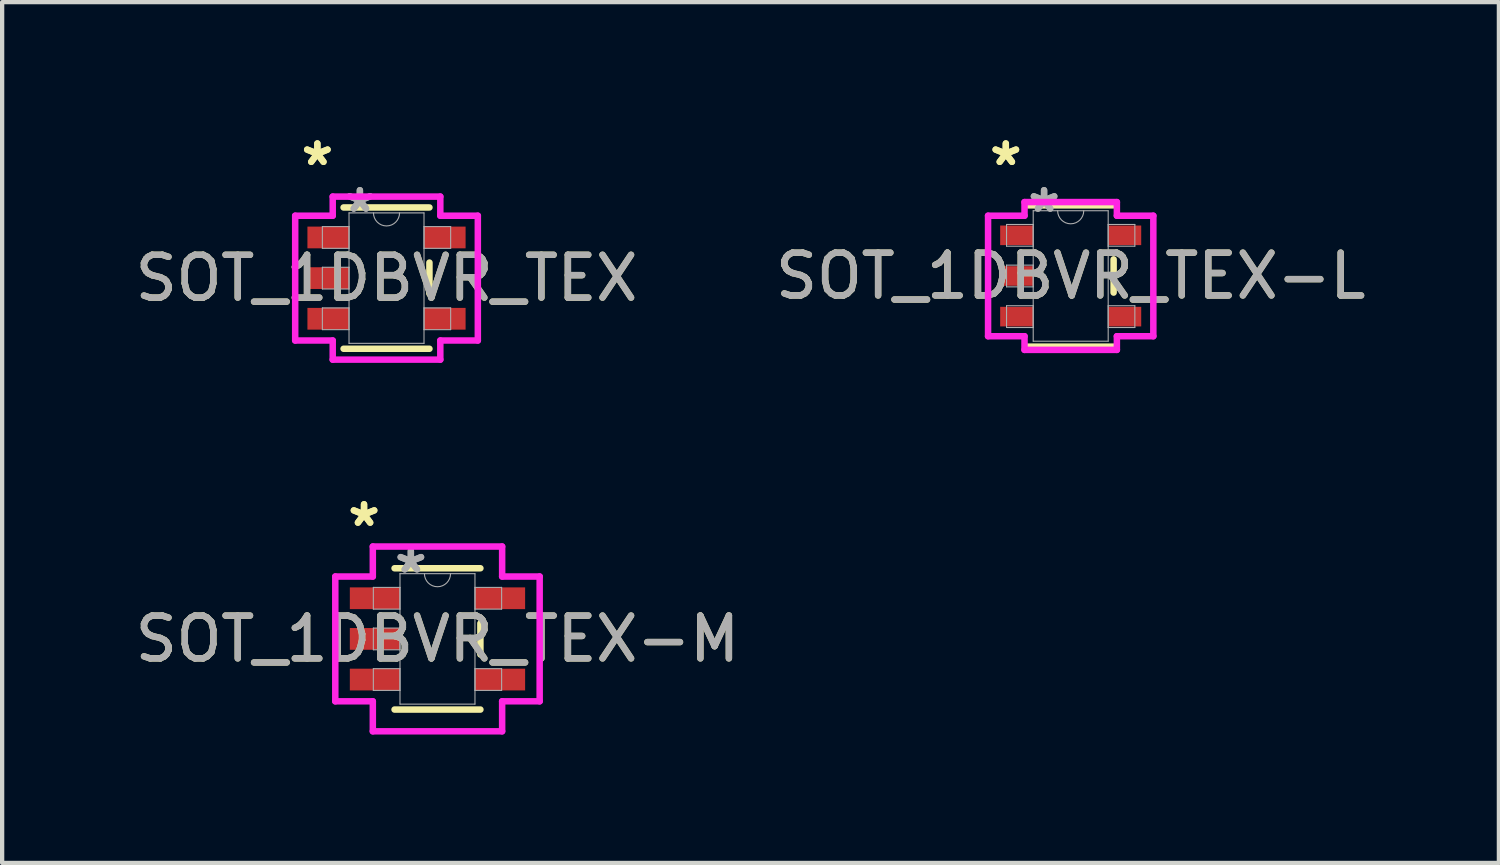
<source format=kicad_pcb>
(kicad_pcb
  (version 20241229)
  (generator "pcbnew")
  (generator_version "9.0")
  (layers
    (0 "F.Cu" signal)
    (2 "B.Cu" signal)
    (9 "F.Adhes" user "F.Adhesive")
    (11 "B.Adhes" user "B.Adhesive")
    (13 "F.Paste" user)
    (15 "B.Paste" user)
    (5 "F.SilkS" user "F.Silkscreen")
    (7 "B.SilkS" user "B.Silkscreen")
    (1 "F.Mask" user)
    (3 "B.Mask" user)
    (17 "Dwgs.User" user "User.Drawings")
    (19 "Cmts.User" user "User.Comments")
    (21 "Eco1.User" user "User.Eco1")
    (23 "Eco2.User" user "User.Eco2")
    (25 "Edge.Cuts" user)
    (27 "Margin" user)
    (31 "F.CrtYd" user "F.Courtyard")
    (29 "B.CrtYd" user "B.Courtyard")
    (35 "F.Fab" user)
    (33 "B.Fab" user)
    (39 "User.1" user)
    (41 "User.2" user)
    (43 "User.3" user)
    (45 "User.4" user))
  (footprint "SOT_1DBVR_TEX-L"
    (layer "F.Cu")
    (at 21.97 3.399)
    (property "Reference" "SOT_1DBVR_TEX-L" (at 0 0 0) (unlocked yes) (layer "F.SilkS") (effects (font (size 1 1) (thickness 0.15))))
    (attr smd)
    (fp_line (start -1.003 1.651) (end 1.003 1.651) (stroke (width 0.152) (type solid)) (layer "F.SilkS"))
    (fp_line (start 1.003 -1.651) (end -1.003 -1.651) (stroke (width 0.152) (type solid)) (layer "F.SilkS"))
    (fp_line (start 1.003 0.388) (end 1.003 -0.388) (stroke (width 0.152) (type solid)) (layer "F.SilkS"))
    (fp_line (start -1.931 -1.408) (end -1.079 -1.408) (stroke (width 0.152) (type solid)) (layer "F.CrtYd"))
    (fp_line (start -1.931 1.408) (end -1.931 -1.408) (stroke (width 0.152) (type solid)) (layer "F.CrtYd"))
    (fp_line (start -1.079 -1.727) (end 1.079 -1.727) (stroke (width 0.152) (type solid)) (layer "F.CrtYd"))
    (fp_line (start -1.079 -1.408) (end -1.079 -1.727) (stroke (width 0.152) (type solid)) (layer "F.CrtYd"))
    (fp_line (start -1.079 1.408) (end -1.931 1.408) (stroke (width 0.152) (type solid)) (layer "F.CrtYd"))
    (fp_line (start -1.079 1.727) (end -1.079 1.408) (stroke (width 0.152) (type solid)) (layer "F.CrtYd"))
    (fp_line (start 1.079 -1.727) (end 1.079 -1.408) (stroke (width 0.152) (type solid)) (layer "F.CrtYd"))
    (fp_line (start 1.079 -1.408) (end 1.931 -1.408) (stroke (width 0.152) (type solid)) (layer "F.CrtYd"))
    (fp_line (start 1.079 1.408) (end 1.079 1.727) (stroke (width 0.152) (type solid)) (layer "F.CrtYd"))
    (fp_line (start 1.079 1.727) (end -1.079 1.727) (stroke (width 0.152) (type solid)) (layer "F.CrtYd"))
    (fp_line (start 1.931 -1.408) (end 1.931 1.408) (stroke (width 0.152) (type solid)) (layer "F.CrtYd"))
    (fp_line (start 1.931 1.408) (end 1.079 1.408) (stroke (width 0.152) (type solid)) (layer "F.CrtYd"))
    (fp_line (start -1.499 -1.204) (end -1.499 -0.696) (stroke (width 0.025) (type solid)) (layer "F.Fab"))
    (fp_line (start -1.499 -0.696) (end -0.876 -0.696) (stroke (width 0.025) (type solid)) (layer "F.Fab"))
    (fp_line (start -1.499 -0.254) (end -1.499 0.254) (stroke (width 0.025) (type solid)) (layer "F.Fab"))
    (fp_line (start -1.499 0.254) (end -0.876 0.254) (stroke (width 0.025) (type solid)) (layer "F.Fab"))
    (fp_line (start -1.499 0.696) (end -1.499 1.204) (stroke (width 0.025) (type solid)) (layer "F.Fab"))
    (fp_line (start -1.499 1.204) (end -0.876 1.204) (stroke (width 0.025) (type solid)) (layer "F.Fab"))
    (fp_line (start -0.876 -1.524) (end -0.876 1.524) (stroke (width 0.025) (type solid)) (layer "F.Fab"))
    (fp_line (start -0.876 -1.204) (end -1.499 -1.204) (stroke (width 0.025) (type solid)) (layer "F.Fab"))
    (fp_line (start -0.876 -0.696) (end -0.876 -1.204) (stroke (width 0.025) (type solid)) (layer "F.Fab"))
    (fp_line (start -0.876 -0.254) (end -1.499 -0.254) (stroke (width 0.025) (type solid)) (layer "F.Fab"))
    (fp_line (start -0.876 0.254) (end -0.876 -0.254) (stroke (width 0.025) (type solid)) (layer "F.Fab"))
    (fp_line (start -0.876 0.696) (end -1.499 0.696) (stroke (width 0.025) (type solid)) (layer "F.Fab"))
    (fp_line (start -0.876 1.204) (end -0.876 0.696) (stroke (width 0.025) (type solid)) (layer "F.Fab"))
    (fp_line (start -0.876 1.524) (end 0.876 1.524) (stroke (width 0.025) (type solid)) (layer "F.Fab"))
    (fp_line (start 0.876 -1.524) (end -0.876 -1.524) (stroke (width 0.025) (type solid)) (layer "F.Fab"))
    (fp_line (start 0.876 -1.204) (end 0.876 -0.696) (stroke (width 0.025) (type solid)) (layer "F.Fab"))
    (fp_line (start 0.876 -0.696) (end 1.499 -0.696) (stroke (width 0.025) (type solid)) (layer "F.Fab"))
    (fp_line (start 0.876 0.696) (end 0.876 1.204) (stroke (width 0.025) (type solid)) (layer "F.Fab"))
    (fp_line (start 0.876 1.204) (end 1.499 1.204) (stroke (width 0.025) (type solid)) (layer "F.Fab"))
    (fp_line (start 0.876 1.524) (end 0.876 -1.524) (stroke (width 0.025) (type solid)) (layer "F.Fab"))
    (fp_line (start 1.499 -1.204) (end 0.876 -1.204) (stroke (width 0.025) (type solid)) (layer "F.Fab"))
    (fp_line (start 1.499 -0.696) (end 1.499 -1.204) (stroke (width 0.025) (type solid)) (layer "F.Fab"))
    (fp_line (start 1.499 0.696) (end 0.876 0.696) (stroke (width 0.025) (type solid)) (layer "F.Fab"))
    (fp_line (start 1.499 1.204) (end 1.499 0.696) (stroke (width 0.025) (type solid)) (layer "F.Fab"))
    (fp_arc (start 0.3048 -1.524) (mid 0 -1.2192) (end -0.3048 -1.524) (stroke (width 0.0254) (type solid)) (layer "F.Fab"))
    (fp_text user "*" (at -1.516 -2.551 0) (unlocked yes) (layer "F.SilkS") (effects (font (size 1 1) (thickness 0.15))))
    (fp_text user "*" (at -1.516 -2.551 0) (layer "F.SilkS") (effects (font (size 1 1) (thickness 0.15))))
    (fp_text user "${REFERENCE}" (at 0 0 0) (unlocked yes) (layer "F.Fab") (effects (font (size 1 1) (thickness 0.15))))
    (fp_text user "*" (at -0.622 -1.459 0) (unlocked yes) (layer "F.Fab") (effects (font (size 1 1) (thickness 0.15))))
    (fp_text user "*" (at -0.622 -1.459 0) (layer "F.Fab") (effects (font (size 1 1) (thickness 0.15))))
    (pad "1" smd rect (at -1.262 -0.95) (size 0.772 0.458) (layers "F.Cu" "F.Mask" "F.Paste"))
    (pad "2" smd rect (at -1.262 0) (size 0.772 0.458) (layers "F.Cu" "F.Mask" "F.Paste"))
    (pad "3" smd rect (at -1.262 0.95) (size 0.772 0.458) (layers "F.Cu" "F.Mask" "F.Paste"))
    (pad "4" smd rect (at 1.262 0.95) (size 0.772 0.458) (layers "F.Cu" "F.Mask" "F.Paste"))
    (pad "5" smd rect (at 1.262 -0.95) (size 0.772 0.458) (layers "F.Cu" "F.Mask" "F.Paste")))
  (footprint "SOT_1DBVR_TEX-M"
    (layer "F.Cu")
    (at 7.173 11.88)
    (property "Reference" "SOT_1DBVR_TEX-M" (at 0 0 0) (unlocked yes) (layer "F.SilkS") (effects (font (size 1 1) (thickness 0.15))))
    (attr smd)
    (fp_line (start -1.003 1.651) (end 1.003 1.651) (stroke (width 0.152) (type solid)) (layer "F.SilkS"))
    (fp_line (start 1.003 -1.651) (end -1.003 -1.651) (stroke (width 0.152) (type solid)) (layer "F.SilkS"))
    (fp_line (start 1.003 0.363) (end 1.003 -0.363) (stroke (width 0.152) (type solid)) (layer "F.SilkS"))
    (fp_line (start -2.388 -1.458) (end -1.511 -1.458) (stroke (width 0.152) (type solid)) (layer "F.CrtYd"))
    (fp_line (start -2.388 1.458) (end -2.388 -1.458) (stroke (width 0.152) (type solid)) (layer "F.CrtYd"))
    (fp_line (start -1.511 -2.159) (end 1.511 -2.159) (stroke (width 0.152) (type solid)) (layer "F.CrtYd"))
    (fp_line (start -1.511 -1.458) (end -1.511 -2.159) (stroke (width 0.152) (type solid)) (layer "F.CrtYd"))
    (fp_line (start -1.511 1.458) (end -2.388 1.458) (stroke (width 0.152) (type solid)) (layer "F.CrtYd"))
    (fp_line (start -1.511 2.159) (end -1.511 1.458) (stroke (width 0.152) (type solid)) (layer "F.CrtYd"))
    (fp_line (start 1.511 -2.159) (end 1.511 -1.458) (stroke (width 0.152) (type solid)) (layer "F.CrtYd"))
    (fp_line (start 1.511 -1.458) (end 2.388 -1.458) (stroke (width 0.152) (type solid)) (layer "F.CrtYd"))
    (fp_line (start 1.511 1.458) (end 1.511 2.159) (stroke (width 0.152) (type solid)) (layer "F.CrtYd"))
    (fp_line (start 1.511 2.159) (end -1.511 2.159) (stroke (width 0.152) (type solid)) (layer "F.CrtYd"))
    (fp_line (start 2.388 -1.458) (end 2.388 1.458) (stroke (width 0.152) (type solid)) (layer "F.CrtYd"))
    (fp_line (start 2.388 1.458) (end 1.511 1.458) (stroke (width 0.152) (type solid)) (layer "F.CrtYd"))
    (fp_line (start -1.499 -1.204) (end -1.499 -0.696) (stroke (width 0.025) (type solid)) (layer "F.Fab"))
    (fp_line (start -1.499 -0.696) (end -0.876 -0.696) (stroke (width 0.025) (type solid)) (layer "F.Fab"))
    (fp_line (start -1.499 -0.254) (end -1.499 0.254) (stroke (width 0.025) (type solid)) (layer "F.Fab"))
    (fp_line (start -1.499 0.254) (end -0.876 0.254) (stroke (width 0.025) (type solid)) (layer "F.Fab"))
    (fp_line (start -1.499 0.696) (end -1.499 1.204) (stroke (width 0.025) (type solid)) (layer "F.Fab"))
    (fp_line (start -1.499 1.204) (end -0.876 1.204) (stroke (width 0.025) (type solid)) (layer "F.Fab"))
    (fp_line (start -0.876 -1.524) (end -0.876 1.524) (stroke (width 0.025) (type solid)) (layer "F.Fab"))
    (fp_line (start -0.876 -1.204) (end -1.499 -1.204) (stroke (width 0.025) (type solid)) (layer "F.Fab"))
    (fp_line (start -0.876 -0.696) (end -0.876 -1.204) (stroke (width 0.025) (type solid)) (layer "F.Fab"))
    (fp_line (start -0.876 -0.254) (end -1.499 -0.254) (stroke (width 0.025) (type solid)) (layer "F.Fab"))
    (fp_line (start -0.876 0.254) (end -0.876 -0.254) (stroke (width 0.025) (type solid)) (layer "F.Fab"))
    (fp_line (start -0.876 0.696) (end -1.499 0.696) (stroke (width 0.025) (type solid)) (layer "F.Fab"))
    (fp_line (start -0.876 1.204) (end -0.876 0.696) (stroke (width 0.025) (type solid)) (layer "F.Fab"))
    (fp_line (start -0.876 1.524) (end 0.876 1.524) (stroke (width 0.025) (type solid)) (layer "F.Fab"))
    (fp_line (start 0.876 -1.524) (end -0.876 -1.524) (stroke (width 0.025) (type solid)) (layer "F.Fab"))
    (fp_line (start 0.876 -1.204) (end 0.876 -0.696) (stroke (width 0.025) (type solid)) (layer "F.Fab"))
    (fp_line (start 0.876 -0.696) (end 1.499 -0.696) (stroke (width 0.025) (type solid)) (layer "F.Fab"))
    (fp_line (start 0.876 0.696) (end 0.876 1.204) (stroke (width 0.025) (type solid)) (layer "F.Fab"))
    (fp_line (start 0.876 1.204) (end 1.499 1.204) (stroke (width 0.025) (type solid)) (layer "F.Fab"))
    (fp_line (start 0.876 1.524) (end 0.876 -1.524) (stroke (width 0.025) (type solid)) (layer "F.Fab"))
    (fp_line (start 1.499 -1.204) (end 0.876 -1.204) (stroke (width 0.025) (type solid)) (layer "F.Fab"))
    (fp_line (start 1.499 -0.696) (end 1.499 -1.204) (stroke (width 0.025) (type solid)) (layer "F.Fab"))
    (fp_line (start 1.499 0.696) (end 0.876 0.696) (stroke (width 0.025) (type solid)) (layer "F.Fab"))
    (fp_line (start 1.499 1.204) (end 1.499 0.696) (stroke (width 0.025) (type solid)) (layer "F.Fab"))
    (fp_arc (start 0.3048 -1.524) (mid 0 -1.2192) (end -0.3048 -1.524) (stroke (width 0.0254) (type solid)) (layer "F.Fab"))
    (fp_text user "*" (at -1.716 -2.601 0) (layer "F.SilkS") (effects (font (size 1 1) (thickness 0.15))))
    (fp_text user "*" (at -1.716 -2.601 0) (unlocked yes) (layer "F.SilkS") (effects (font (size 1 1) (thickness 0.15))))
    (fp_text user "${REFERENCE}" (at 0 0 0) (unlocked yes) (layer "F.Fab") (effects (font (size 1 1) (thickness 0.15))))
    (fp_text user "*" (at -0.622 -1.509 0) (layer "F.Fab") (effects (font (size 1 1) (thickness 0.15))))
    (fp_text user "*" (at -0.622 -1.509 0) (unlocked yes) (layer "F.Fab") (effects (font (size 1 1) (thickness 0.15))))
    (pad "1" smd rect (at -1.462 -0.95) (size 1.172 0.508) (layers "F.Cu" "F.Mask" "F.Paste"))
    (pad "2" smd rect (at -1.462 0) (size 1.172 0.508) (layers "F.Cu" "F.Mask" "F.Paste"))
    (pad "3" smd rect (at -1.462 0.95) (size 1.172 0.508) (layers "F.Cu" "F.Mask" "F.Paste"))
    (pad "4" smd rect (at 1.462 0.95) (size 1.172 0.508) (layers "F.Cu" "F.Mask" "F.Paste"))
    (pad "5" smd rect (at 1.462 -0.95) (size 1.172 0.508) (layers "F.Cu" "F.Mask" "F.Paste")))
  (footprint "SOT_1DBVR_TEX"
    (layer "F.Cu")
    (at 5.982 3.449)
    (property "Reference" "SOT_1DBVR_TEX" (at 0 0 0) (unlocked yes) (layer "F.SilkS") (effects (font (size 1 1) (thickness 0.15))))
    (attr smd)
    (fp_line (start -1.003 1.651) (end 1.003 1.651) (stroke (width 0.152) (type solid)) (layer "F.SilkS"))
    (fp_line (start 1.003 -1.651) (end -1.003 -1.651) (stroke (width 0.152) (type solid)) (layer "F.SilkS"))
    (fp_line (start 1.003 0.363) (end 1.003 -0.363) (stroke (width 0.152) (type solid)) (layer "F.SilkS"))
    (fp_line (start -2.134 -1.458) (end -1.257 -1.458) (stroke (width 0.152) (type solid)) (layer "F.CrtYd"))
    (fp_line (start -2.134 1.458) (end -2.134 -1.458) (stroke (width 0.152) (type solid)) (layer "F.CrtYd"))
    (fp_line (start -1.257 -1.905) (end 1.257 -1.905) (stroke (width 0.152) (type solid)) (layer "F.CrtYd"))
    (fp_line (start -1.257 -1.458) (end -1.257 -1.905) (stroke (width 0.152) (type solid)) (layer "F.CrtYd"))
    (fp_line (start -1.257 1.458) (end -2.134 1.458) (stroke (width 0.152) (type solid)) (layer "F.CrtYd"))
    (fp_line (start -1.257 1.905) (end -1.257 1.458) (stroke (width 0.152) (type solid)) (layer "F.CrtYd"))
    (fp_line (start 1.257 -1.905) (end 1.257 -1.458) (stroke (width 0.152) (type solid)) (layer "F.CrtYd"))
    (fp_line (start 1.257 -1.458) (end 2.134 -1.458) (stroke (width 0.152) (type solid)) (layer "F.CrtYd"))
    (fp_line (start 1.257 1.458) (end 1.257 1.905) (stroke (width 0.152) (type solid)) (layer "F.CrtYd"))
    (fp_line (start 1.257 1.905) (end -1.257 1.905) (stroke (width 0.152) (type solid)) (layer "F.CrtYd"))
    (fp_line (start 2.134 -1.458) (end 2.134 1.458) (stroke (width 0.152) (type solid)) (layer "F.CrtYd"))
    (fp_line (start 2.134 1.458) (end 1.257 1.458) (stroke (width 0.152) (type solid)) (layer "F.CrtYd"))
    (fp_line (start -1.499 -1.204) (end -1.499 -0.696) (stroke (width 0.025) (type solid)) (layer "F.Fab"))
    (fp_line (start -1.499 -0.696) (end -0.876 -0.696) (stroke (width 0.025) (type solid)) (layer "F.Fab"))
    (fp_line (start -1.499 -0.254) (end -1.499 0.254) (stroke (width 0.025) (type solid)) (layer "F.Fab"))
    (fp_line (start -1.499 0.254) (end -0.876 0.254) (stroke (width 0.025) (type solid)) (layer "F.Fab"))
    (fp_line (start -1.499 0.696) (end -1.499 1.204) (stroke (width 0.025) (type solid)) (layer "F.Fab"))
    (fp_line (start -1.499 1.204) (end -0.876 1.204) (stroke (width 0.025) (type solid)) (layer "F.Fab"))
    (fp_line (start -0.876 -1.524) (end -0.876 1.524) (stroke (width 0.025) (type solid)) (layer "F.Fab"))
    (fp_line (start -0.876 -1.204) (end -1.499 -1.204) (stroke (width 0.025) (type solid)) (layer "F.Fab"))
    (fp_line (start -0.876 -0.696) (end -0.876 -1.204) (stroke (width 0.025) (type solid)) (layer "F.Fab"))
    (fp_line (start -0.876 -0.254) (end -1.499 -0.254) (stroke (width 0.025) (type solid)) (layer "F.Fab"))
    (fp_line (start -0.876 0.254) (end -0.876 -0.254) (stroke (width 0.025) (type solid)) (layer "F.Fab"))
    (fp_line (start -0.876 0.696) (end -1.499 0.696) (stroke (width 0.025) (type solid)) (layer "F.Fab"))
    (fp_line (start -0.876 1.204) (end -0.876 0.696) (stroke (width 0.025) (type solid)) (layer "F.Fab"))
    (fp_line (start -0.876 1.524) (end 0.876 1.524) (stroke (width 0.025) (type solid)) (layer "F.Fab"))
    (fp_line (start 0.876 -1.524) (end -0.876 -1.524) (stroke (width 0.025) (type solid)) (layer "F.Fab"))
    (fp_line (start 0.876 -1.204) (end 0.876 -0.696) (stroke (width 0.025) (type solid)) (layer "F.Fab"))
    (fp_line (start 0.876 -0.696) (end 1.499 -0.696) (stroke (width 0.025) (type solid)) (layer "F.Fab"))
    (fp_line (start 0.876 0.696) (end 0.876 1.204) (stroke (width 0.025) (type solid)) (layer "F.Fab"))
    (fp_line (start 0.876 1.204) (end 1.499 1.204) (stroke (width 0.025) (type solid)) (layer "F.Fab"))
    (fp_line (start 0.876 1.524) (end 0.876 -1.524) (stroke (width 0.025) (type solid)) (layer "F.Fab"))
    (fp_line (start 1.499 -1.204) (end 0.876 -1.204) (stroke (width 0.025) (type solid)) (layer "F.Fab"))
    (fp_line (start 1.499 -0.696) (end 1.499 -1.204) (stroke (width 0.025) (type solid)) (layer "F.Fab"))
    (fp_line (start 1.499 0.696) (end 0.876 0.696) (stroke (width 0.025) (type solid)) (layer "F.Fab"))
    (fp_line (start 1.499 1.204) (end 1.499 0.696) (stroke (width 0.025) (type solid)) (layer "F.Fab"))
    (fp_arc (start 0.3048 -1.524) (mid 0 -1.2192) (end -0.3048 -1.524) (stroke (width 0.0254) (type solid)) (layer "F.Fab"))
    (fp_text user "*" (at -1.616 -2.601 0) (layer "F.SilkS") (effects (font (size 1 1) (thickness 0.15))))
    (fp_text user "*" (at -1.616 -2.601 0) (unlocked yes) (layer "F.SilkS") (effects (font (size 1 1) (thickness 0.15))))
    (fp_text user "*" (at -0.622 -1.509 0) (layer "F.Fab") (effects (font (size 1 1) (thickness 0.15))))
    (fp_text user "${REFERENCE}" (at 0 0 0) (unlocked yes) (layer "F.Fab") (effects (font (size 1 1) (thickness 0.15))))
    (fp_text user "*" (at -0.622 -1.509 0) (unlocked yes) (layer "F.Fab") (effects (font (size 1 1) (thickness 0.15))))
    (pad "1" smd rect (at -1.362 -0.95) (size 0.972 0.508) (layers "F.Cu" "F.Mask" "F.Paste"))
    (pad "2" smd rect (at -1.362 0) (size 0.972 0.508) (layers "F.Cu" "F.Mask" "F.Paste"))
    (pad "3" smd rect (at -1.362 0.95) (size 0.972 0.508) (layers "F.Cu" "F.Mask" "F.Paste"))
    (pad "4" smd rect (at 1.362 0.95) (size 0.972 0.508) (layers "F.Cu" "F.Mask" "F.Paste"))
    (pad "5" smd rect (at 1.362 -0.95) (size 0.972 0.508) (layers "F.Cu" "F.Mask" "F.Paste")))
  (gr_rect
    (start -3 -3)
    (end 31.976 17.115)
    (stroke (width 0.1) (type default))
    (fill no)
    (layer "Edge.Cuts")))
</source>
